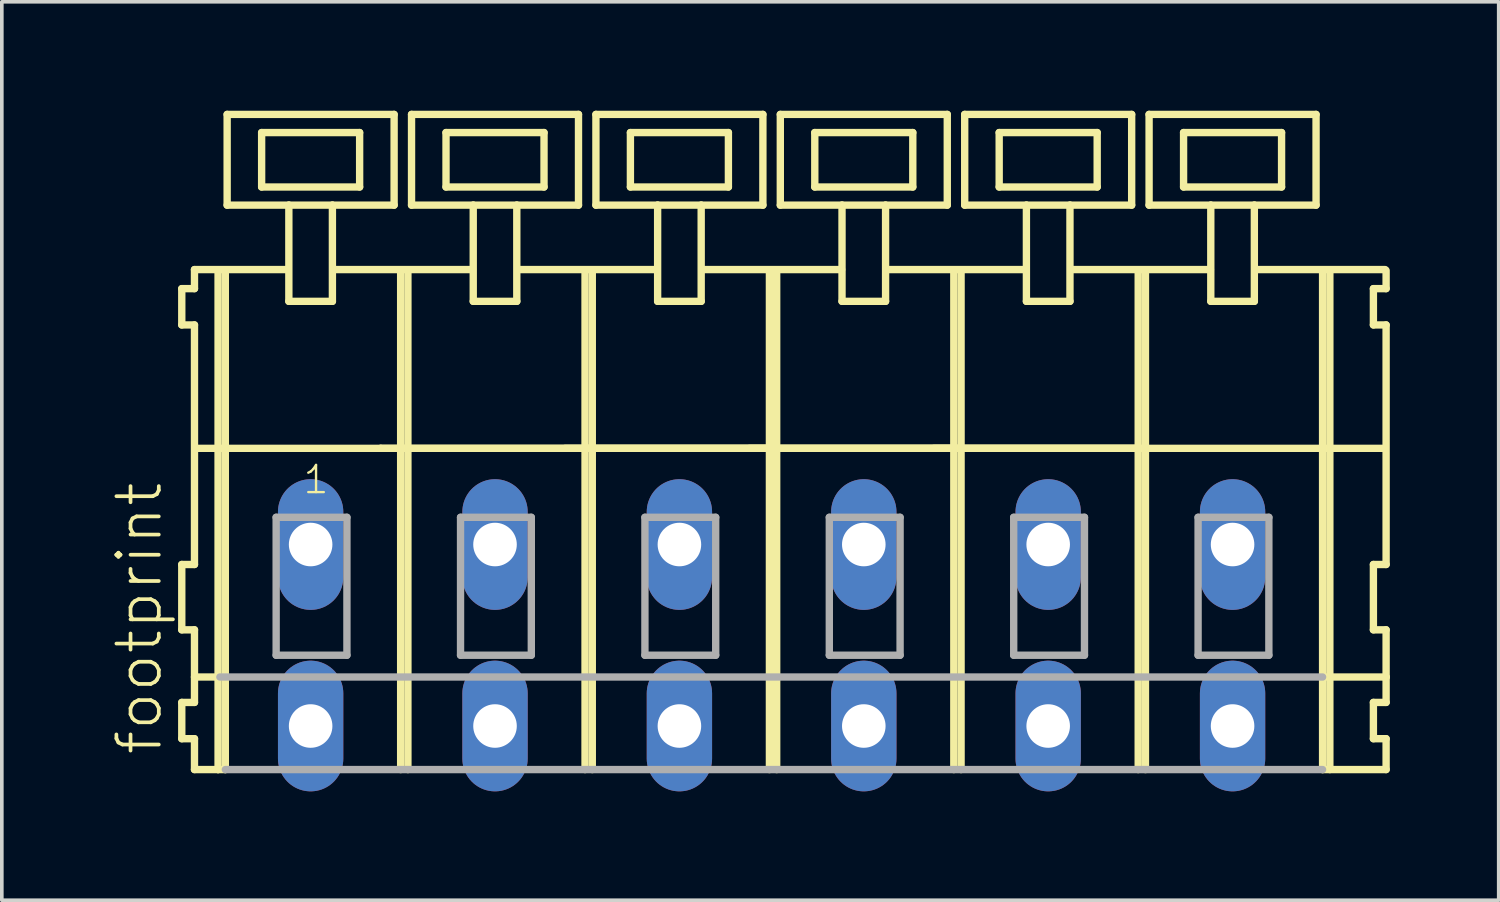
<source format=kicad_pcb>
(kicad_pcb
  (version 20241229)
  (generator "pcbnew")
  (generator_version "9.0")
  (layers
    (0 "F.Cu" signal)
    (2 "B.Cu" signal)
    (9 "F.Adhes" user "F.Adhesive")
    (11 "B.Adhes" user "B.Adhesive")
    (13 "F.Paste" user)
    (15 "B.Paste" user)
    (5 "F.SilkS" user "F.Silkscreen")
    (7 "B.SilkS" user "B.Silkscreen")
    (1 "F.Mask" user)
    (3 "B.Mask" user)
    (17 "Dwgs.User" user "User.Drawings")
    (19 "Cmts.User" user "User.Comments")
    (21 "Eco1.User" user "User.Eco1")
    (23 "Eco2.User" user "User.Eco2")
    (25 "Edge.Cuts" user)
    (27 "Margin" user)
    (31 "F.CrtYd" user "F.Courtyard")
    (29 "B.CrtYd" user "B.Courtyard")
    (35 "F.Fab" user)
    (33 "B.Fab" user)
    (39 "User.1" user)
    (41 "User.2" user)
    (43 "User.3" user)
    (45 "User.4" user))
  (footprint "footprint"
    (layer "F.Cu")
    (at 18.208 11.952)
    (property "Reference" "footprint" (at -16.735 5.855 90) (layer "F.SilkS") (effects (font (size 1.168 1.168) (thickness 0.102)) (justify left bottom)))
    (fp_line (start -16.25 -7.05) (end -16.25 -6.05) (stroke (width 0.203) (type solid)) (layer "F.SilkS"))
    (fp_line (start -16.25 -6.05) (end -15.9 -6.05) (stroke (width 0.203) (type solid)) (layer "F.SilkS"))
    (fp_line (start -16.25 0.55) (end -16.25 2.35) (stroke (width 0.203) (type solid)) (layer "F.SilkS"))
    (fp_line (start -16.25 2.35) (end -15.9 2.35) (stroke (width 0.203) (type solid)) (layer "F.SilkS"))
    (fp_line (start -16.25 4.35) (end -16.25 5.35) (stroke (width 0.203) (type solid)) (layer "F.SilkS"))
    (fp_line (start -16.25 5.35) (end -15.9 5.35) (stroke (width 0.203) (type solid)) (layer "F.SilkS"))
    (fp_line (start -15.9 -7.575) (end -15.9 -7.05) (stroke (width 0.203) (type solid)) (layer "F.SilkS"))
    (fp_line (start -15.9 -7.575) (end -13.325 -7.575) (stroke (width 0.203) (type solid)) (layer "F.SilkS"))
    (fp_line (start -15.9 -7.05) (end -16.25 -7.05) (stroke (width 0.203) (type solid)) (layer "F.SilkS"))
    (fp_line (start -15.9 -6.05) (end -15.9 0.55) (stroke (width 0.203) (type solid)) (layer "F.SilkS"))
    (fp_line (start -15.9 0.55) (end -16.25 0.55) (stroke (width 0.203) (type solid)) (layer "F.SilkS"))
    (fp_line (start -15.9 2.35) (end -15.9 4.35) (stroke (width 0.203) (type solid)) (layer "F.SilkS"))
    (fp_line (start -15.9 3.65) (end -15.2 3.65) (stroke (width 0.203) (type solid)) (layer "F.SilkS"))
    (fp_line (start -15.9 4.35) (end -16.25 4.35) (stroke (width 0.203) (type solid)) (layer "F.SilkS"))
    (fp_line (start -15.9 5.35) (end -15.9 6.2) (stroke (width 0.203) (type solid)) (layer "F.SilkS"))
    (fp_line (start -15.9 6.2) (end -15.25 6.2) (stroke (width 0.203) (type solid)) (layer "F.SilkS"))
    (fp_line (start -15.85 -2.65) (end -10.77 -2.65) (stroke (width 0.203) (type solid)) (layer "F.SilkS"))
    (fp_line (start -15.25 -7.55) (end -15.25 6.2) (stroke (width 0.203) (type solid)) (layer "F.SilkS"))
    (fp_line (start -15.25 6.2) (end -15.05 6.2) (stroke (width 0.203) (type solid)) (layer "F.SilkS"))
    (fp_line (start -15.05 -7.55) (end -15.05 6.2) (stroke (width 0.203) (type solid)) (layer "F.SilkS"))
    (fp_line (start -15 -11.85) (end -15 -9.35) (stroke (width 0.203) (type solid)) (layer "F.SilkS"))
    (fp_line (start -15 -9.35) (end -13.3 -9.35) (stroke (width 0.203) (type solid)) (layer "F.SilkS"))
    (fp_line (start -14.05 -11.35) (end -14.05 -9.85) (stroke (width 0.203) (type solid)) (layer "F.SilkS"))
    (fp_line (start -14.05 -9.85) (end -11.35 -9.85) (stroke (width 0.203) (type solid)) (layer "F.SilkS"))
    (fp_line (start -13.3 -9.35) (end -13.3 -6.7) (stroke (width 0.203) (type solid)) (layer "F.SilkS"))
    (fp_line (start -13.3 -9.35) (end -12.1 -9.35) (stroke (width 0.203) (type solid)) (layer "F.SilkS"))
    (fp_line (start -13.3 -6.7) (end -12.1 -6.7) (stroke (width 0.203) (type solid)) (layer "F.SilkS"))
    (fp_line (start -12.1 -9.35) (end -10.4 -9.35) (stroke (width 0.203) (type solid)) (layer "F.SilkS"))
    (fp_line (start -12.1 -6.7) (end -12.1 -9.35) (stroke (width 0.203) (type solid)) (layer "F.SilkS"))
    (fp_line (start -12.075 -7.575) (end -8.241 -7.575) (stroke (width 0.203) (type solid)) (layer "F.SilkS"))
    (fp_line (start -11.35 -11.35) (end -14.05 -11.35) (stroke (width 0.203) (type solid)) (layer "F.SilkS"))
    (fp_line (start -11.35 -9.85) (end -11.35 -11.35) (stroke (width 0.203) (type solid)) (layer "F.SilkS"))
    (fp_line (start -10.77 -2.65) (end -10.22 -2.65) (stroke (width 0.203) (type solid)) (layer "F.SilkS"))
    (fp_line (start -10.77 -2.65) (end -5.14 -2.65) (stroke (width 0.203) (type solid)) (layer "F.SilkS"))
    (fp_line (start -10.4 -11.85) (end -15 -11.85) (stroke (width 0.203) (type solid)) (layer "F.SilkS"))
    (fp_line (start -10.4 -9.35) (end -10.4 -11.85) (stroke (width 0.203) (type solid)) (layer "F.SilkS"))
    (fp_line (start -10.22 -7.55) (end -10.22 -2.65) (stroke (width 0.203) (type solid)) (layer "F.SilkS"))
    (fp_line (start -10.22 -2.65) (end -10.22 6.2) (stroke (width 0.203) (type solid)) (layer "F.SilkS"))
    (fp_line (start -10.22 -2.65) (end -5.14 -2.65) (stroke (width 0.203) (type solid)) (layer "F.SilkS"))
    (fp_line (start -10.02 -7.55) (end -10.02 6.2) (stroke (width 0.203) (type solid)) (layer "F.SilkS"))
    (fp_line (start -9.92 -11.85) (end -9.92 -9.35) (stroke (width 0.203) (type solid)) (layer "F.SilkS"))
    (fp_line (start -9.92 -9.35) (end -8.22 -9.35) (stroke (width 0.203) (type solid)) (layer "F.SilkS"))
    (fp_line (start -8.97 -11.35) (end -8.97 -9.85) (stroke (width 0.203) (type solid)) (layer "F.SilkS"))
    (fp_line (start -8.97 -9.85) (end -6.27 -9.85) (stroke (width 0.203) (type solid)) (layer "F.SilkS"))
    (fp_line (start -8.22 -9.35) (end -8.22 -6.7) (stroke (width 0.203) (type solid)) (layer "F.SilkS"))
    (fp_line (start -8.22 -9.35) (end -7.02 -9.35) (stroke (width 0.203) (type solid)) (layer "F.SilkS"))
    (fp_line (start -8.22 -6.7) (end -7.02 -6.7) (stroke (width 0.203) (type solid)) (layer "F.SilkS"))
    (fp_line (start -7.02 -9.35) (end -5.32 -9.35) (stroke (width 0.203) (type solid)) (layer "F.SilkS"))
    (fp_line (start -7.02 -6.7) (end -7.02 -9.35) (stroke (width 0.203) (type solid)) (layer "F.SilkS"))
    (fp_line (start -6.995 -7.575) (end -3.15 -7.575) (stroke (width 0.203) (type solid)) (layer "F.SilkS"))
    (fp_line (start -6.27 -11.35) (end -8.97 -11.35) (stroke (width 0.203) (type solid)) (layer "F.SilkS"))
    (fp_line (start -6.27 -9.85) (end -6.27 -11.35) (stroke (width 0.203) (type solid)) (layer "F.SilkS"))
    (fp_line (start -5.69 -2.65) (end -0.06 -2.65) (stroke (width 0.203) (type solid)) (layer "F.SilkS"))
    (fp_line (start -5.32 -11.85) (end -9.92 -11.85) (stroke (width 0.203) (type solid)) (layer "F.SilkS"))
    (fp_line (start -5.32 -9.35) (end -5.32 -11.85) (stroke (width 0.203) (type solid)) (layer "F.SilkS"))
    (fp_line (start -5.14 -7.55) (end -5.14 -2.65) (stroke (width 0.203) (type solid)) (layer "F.SilkS"))
    (fp_line (start -5.14 -2.65) (end -5.14 6.2) (stroke (width 0.203) (type solid)) (layer "F.SilkS"))
    (fp_line (start -5.14 -2.65) (end -0.06 -2.65) (stroke (width 0.203) (type solid)) (layer "F.SilkS"))
    (fp_line (start -5.14 -2.65) (end 15.18 -2.65) (stroke (width 0.203) (type solid)) (layer "F.SilkS"))
    (fp_line (start -4.94 -7.55) (end -4.94 6.2) (stroke (width 0.203) (type solid)) (layer "F.SilkS"))
    (fp_line (start -4.84 -11.85) (end -4.84 -9.35) (stroke (width 0.203) (type solid)) (layer "F.SilkS"))
    (fp_line (start -4.84 -9.35) (end -3.14 -9.35) (stroke (width 0.203) (type solid)) (layer "F.SilkS"))
    (fp_line (start -3.89 -11.35) (end -3.89 -9.85) (stroke (width 0.203) (type solid)) (layer "F.SilkS"))
    (fp_line (start -3.89 -9.85) (end -1.19 -9.85) (stroke (width 0.203) (type solid)) (layer "F.SilkS"))
    (fp_line (start -3.14 -9.35) (end -3.14 -6.7) (stroke (width 0.203) (type solid)) (layer "F.SilkS"))
    (fp_line (start -3.14 -9.35) (end -1.94 -9.35) (stroke (width 0.203) (type solid)) (layer "F.SilkS"))
    (fp_line (start -3.14 -6.7) (end -1.94 -6.7) (stroke (width 0.203) (type solid)) (layer "F.SilkS"))
    (fp_line (start -1.94 -9.35) (end -0.24 -9.35) (stroke (width 0.203) (type solid)) (layer "F.SilkS"))
    (fp_line (start -1.94 -6.7) (end -1.94 -9.35) (stroke (width 0.203) (type solid)) (layer "F.SilkS"))
    (fp_line (start -1.915 -7.575) (end 1.93 -7.575) (stroke (width 0.203) (type solid)) (layer "F.SilkS"))
    (fp_line (start -1.19 -11.35) (end -3.89 -11.35) (stroke (width 0.203) (type solid)) (layer "F.SilkS"))
    (fp_line (start -1.19 -9.85) (end -1.19 -11.35) (stroke (width 0.203) (type solid)) (layer "F.SilkS"))
    (fp_line (start -0.61 -2.65) (end 5.02 -2.65) (stroke (width 0.203) (type solid)) (layer "F.SilkS"))
    (fp_line (start -0.24 -11.85) (end -4.84 -11.85) (stroke (width 0.203) (type solid)) (layer "F.SilkS"))
    (fp_line (start -0.24 -9.35) (end -0.24 -11.85) (stroke (width 0.203) (type solid)) (layer "F.SilkS"))
    (fp_line (start -0.06 -7.55) (end -0.06 -2.65) (stroke (width 0.203) (type solid)) (layer "F.SilkS"))
    (fp_line (start -0.06 -2.65) (end -0.06 6.2) (stroke (width 0.203) (type solid)) (layer "F.SilkS"))
    (fp_line (start -0.06 -2.65) (end 5.02 -2.65) (stroke (width 0.203) (type solid)) (layer "F.SilkS"))
    (fp_line (start 0.14 -7.55) (end 0.14 6.2) (stroke (width 0.203) (type solid)) (layer "F.SilkS"))
    (fp_line (start 0.24 -11.85) (end 0.24 -9.35) (stroke (width 0.203) (type solid)) (layer "F.SilkS"))
    (fp_line (start 0.24 -9.35) (end 1.94 -9.35) (stroke (width 0.203) (type solid)) (layer "F.SilkS"))
    (fp_line (start 1.19 -11.35) (end 1.19 -9.85) (stroke (width 0.203) (type solid)) (layer "F.SilkS"))
    (fp_line (start 1.19 -9.85) (end 3.89 -9.85) (stroke (width 0.203) (type solid)) (layer "F.SilkS"))
    (fp_line (start 1.94 -9.35) (end 1.94 -6.7) (stroke (width 0.203) (type solid)) (layer "F.SilkS"))
    (fp_line (start 1.94 -9.35) (end 3.14 -9.35) (stroke (width 0.203) (type solid)) (layer "F.SilkS"))
    (fp_line (start 1.94 -6.7) (end 3.14 -6.7) (stroke (width 0.203) (type solid)) (layer "F.SilkS"))
    (fp_line (start 3.14 -9.35) (end 4.84 -9.35) (stroke (width 0.203) (type solid)) (layer "F.SilkS"))
    (fp_line (start 3.14 -6.7) (end 3.14 -9.35) (stroke (width 0.203) (type solid)) (layer "F.SilkS"))
    (fp_line (start 3.165 -7.575) (end 7.01 -7.575) (stroke (width 0.203) (type solid)) (layer "F.SilkS"))
    (fp_line (start 3.89 -11.35) (end 1.19 -11.35) (stroke (width 0.203) (type solid)) (layer "F.SilkS"))
    (fp_line (start 3.89 -9.85) (end 3.89 -11.35) (stroke (width 0.203) (type solid)) (layer "F.SilkS"))
    (fp_line (start 4.47 -2.65) (end 10.1 -2.65) (stroke (width 0.203) (type solid)) (layer "F.SilkS"))
    (fp_line (start 4.84 -11.85) (end 0.24 -11.85) (stroke (width 0.203) (type solid)) (layer "F.SilkS"))
    (fp_line (start 4.84 -9.35) (end 4.84 -11.85) (stroke (width 0.203) (type solid)) (layer "F.SilkS"))
    (fp_line (start 5.02 -7.55) (end 5.02 -2.65) (stroke (width 0.203) (type solid)) (layer "F.SilkS"))
    (fp_line (start 5.02 -2.65) (end 5.02 6.2) (stroke (width 0.203) (type solid)) (layer "F.SilkS"))
    (fp_line (start 5.02 -2.65) (end 10.1 -2.65) (stroke (width 0.203) (type solid)) (layer "F.SilkS"))
    (fp_line (start 5.22 -7.55) (end 5.22 6.2) (stroke (width 0.203) (type solid)) (layer "F.SilkS"))
    (fp_line (start 5.32 -11.85) (end 5.32 -9.35) (stroke (width 0.203) (type solid)) (layer "F.SilkS"))
    (fp_line (start 5.32 -9.35) (end 7.02 -9.35) (stroke (width 0.203) (type solid)) (layer "F.SilkS"))
    (fp_line (start 6.27 -11.35) (end 6.27 -9.85) (stroke (width 0.203) (type solid)) (layer "F.SilkS"))
    (fp_line (start 6.27 -9.85) (end 8.97 -9.85) (stroke (width 0.203) (type solid)) (layer "F.SilkS"))
    (fp_line (start 7.02 -9.35) (end 7.02 -6.7) (stroke (width 0.203) (type solid)) (layer "F.SilkS"))
    (fp_line (start 7.02 -9.35) (end 8.22 -9.35) (stroke (width 0.203) (type solid)) (layer "F.SilkS"))
    (fp_line (start 7.02 -6.7) (end 8.22 -6.7) (stroke (width 0.203) (type solid)) (layer "F.SilkS"))
    (fp_line (start 8.22 -9.35) (end 9.92 -9.35) (stroke (width 0.203) (type solid)) (layer "F.SilkS"))
    (fp_line (start 8.22 -6.7) (end 8.22 -9.35) (stroke (width 0.203) (type solid)) (layer "F.SilkS"))
    (fp_line (start 8.245 -7.575) (end 12.09 -7.575) (stroke (width 0.203) (type solid)) (layer "F.SilkS"))
    (fp_line (start 8.97 -11.35) (end 6.27 -11.35) (stroke (width 0.203) (type solid)) (layer "F.SilkS"))
    (fp_line (start 8.97 -9.85) (end 8.97 -11.35) (stroke (width 0.203) (type solid)) (layer "F.SilkS"))
    (fp_line (start 9.92 -11.85) (end 5.32 -11.85) (stroke (width 0.203) (type solid)) (layer "F.SilkS"))
    (fp_line (start 9.92 -9.35) (end 9.92 -11.85) (stroke (width 0.203) (type solid)) (layer "F.SilkS"))
    (fp_line (start 10.1 -7.55) (end 10.1 -2.65) (stroke (width 0.203) (type solid)) (layer "F.SilkS"))
    (fp_line (start 10.1 -2.65) (end 10.1 6.2) (stroke (width 0.203) (type solid)) (layer "F.SilkS"))
    (fp_line (start 10.3 -7.55) (end 10.3 6.2) (stroke (width 0.203) (type solid)) (layer "F.SilkS"))
    (fp_line (start 10.4 -11.85) (end 10.4 -9.35) (stroke (width 0.203) (type solid)) (layer "F.SilkS"))
    (fp_line (start 10.4 -9.35) (end 12.1 -9.35) (stroke (width 0.203) (type solid)) (layer "F.SilkS"))
    (fp_line (start 11.35 -11.35) (end 11.35 -9.85) (stroke (width 0.203) (type solid)) (layer "F.SilkS"))
    (fp_line (start 11.35 -9.85) (end 14.05 -9.85) (stroke (width 0.203) (type solid)) (layer "F.SilkS"))
    (fp_line (start 12.1 -9.35) (end 12.1 -6.7) (stroke (width 0.203) (type solid)) (layer "F.SilkS"))
    (fp_line (start 12.1 -9.35) (end 13.3 -9.35) (stroke (width 0.203) (type solid)) (layer "F.SilkS"))
    (fp_line (start 12.1 -6.7) (end 13.3 -6.7) (stroke (width 0.203) (type solid)) (layer "F.SilkS"))
    (fp_line (start 13.3 -9.35) (end 15 -9.35) (stroke (width 0.203) (type solid)) (layer "F.SilkS"))
    (fp_line (start 13.3 -6.7) (end 13.3 -9.35) (stroke (width 0.203) (type solid)) (layer "F.SilkS"))
    (fp_line (start 13.31 -7.575) (end 16.905 -7.575) (stroke (width 0.203) (type solid)) (layer "F.SilkS"))
    (fp_line (start 14.05 -11.35) (end 11.35 -11.35) (stroke (width 0.203) (type solid)) (layer "F.SilkS"))
    (fp_line (start 14.05 -9.85) (end 14.05 -11.35) (stroke (width 0.203) (type solid)) (layer "F.SilkS"))
    (fp_line (start 15 -11.85) (end 10.4 -11.85) (stroke (width 0.203) (type solid)) (layer "F.SilkS"))
    (fp_line (start 15 -9.35) (end 15 -11.85) (stroke (width 0.203) (type solid)) (layer "F.SilkS"))
    (fp_line (start 15.18 -7.55) (end 15.18 -2.65) (stroke (width 0.203) (type solid)) (layer "F.SilkS"))
    (fp_line (start 15.18 -2.65) (end 15.18 6.2) (stroke (width 0.203) (type solid)) (layer "F.SilkS"))
    (fp_line (start 15.18 -2.65) (end 16.88 -2.65) (stroke (width 0.203) (type solid)) (layer "F.SilkS"))
    (fp_line (start 15.18 6.2) (end 16.93 6.2) (stroke (width 0.203) (type solid)) (layer "F.SilkS"))
    (fp_line (start 15.23 3.65) (end 16.93 3.65) (stroke (width 0.203) (type solid)) (layer "F.SilkS"))
    (fp_line (start 15.38 -7.55) (end 15.38 6.2) (stroke (width 0.203) (type solid)) (layer "F.SilkS"))
    (fp_line (start 16.58 -7.05) (end 16.58 -6.05) (stroke (width 0.203) (type solid)) (layer "F.SilkS"))
    (fp_line (start 16.58 -6.05) (end 16.93 -6.05) (stroke (width 0.203) (type solid)) (layer "F.SilkS"))
    (fp_line (start 16.58 0.55) (end 16.58 2.35) (stroke (width 0.203) (type solid)) (layer "F.SilkS"))
    (fp_line (start 16.58 2.35) (end 16.93 2.35) (stroke (width 0.203) (type solid)) (layer "F.SilkS"))
    (fp_line (start 16.58 4.35) (end 16.58 5.35) (stroke (width 0.203) (type solid)) (layer "F.SilkS"))
    (fp_line (start 16.58 5.35) (end 16.93 5.35) (stroke (width 0.203) (type solid)) (layer "F.SilkS"))
    (fp_line (start 16.93 -7.05) (end 16.58 -7.05) (stroke (width 0.203) (type solid)) (layer "F.SilkS"))
    (fp_line (start 16.93 -7.05) (end 16.93 -7.55) (stroke (width 0.203) (type solid)) (layer "F.SilkS"))
    (fp_line (start 16.93 0.55) (end 16.58 0.55) (stroke (width 0.203) (type solid)) (layer "F.SilkS"))
    (fp_line (start 16.93 0.55) (end 16.93 -6.05) (stroke (width 0.203) (type solid)) (layer "F.SilkS"))
    (fp_line (start 16.93 3.65) (end 16.93 2.35) (stroke (width 0.203) (type solid)) (layer "F.SilkS"))
    (fp_line (start 16.93 4.35) (end 16.58 4.35) (stroke (width 0.203) (type solid)) (layer "F.SilkS"))
    (fp_line (start 16.93 4.35) (end 16.93 3.65) (stroke (width 0.203) (type solid)) (layer "F.SilkS"))
    (fp_line (start 16.93 6.2) (end 16.93 5.35) (stroke (width 0.203) (type solid)) (layer "F.SilkS"))
    (fp_line (start -15.2 3.65) (end 15.18 3.65) (stroke (width 0.203) (type solid)) (layer "F.Fab"))
    (fp_line (start -15.05 6.2) (end 15.18 6.2) (stroke (width 0.203) (type solid)) (layer "F.Fab"))
    (fp_line (start -13.65 -0.75) (end -13.65 3.05) (stroke (width 0.203) (type solid)) (layer "F.Fab"))
    (fp_line (start -13.65 3.05) (end -11.7 3.05) (stroke (width 0.203) (type solid)) (layer "F.Fab"))
    (fp_line (start -11.7 -0.75) (end -13.65 -0.75) (stroke (width 0.203) (type solid)) (layer "F.Fab"))
    (fp_line (start -11.7 3.05) (end -11.7 -0.75) (stroke (width 0.203) (type solid)) (layer "F.Fab"))
    (fp_line (start -8.57 -0.75) (end -8.57 3.05) (stroke (width 0.203) (type solid)) (layer "F.Fab"))
    (fp_line (start -8.57 3.05) (end -6.62 3.05) (stroke (width 0.203) (type solid)) (layer "F.Fab"))
    (fp_line (start -6.62 -0.75) (end -8.57 -0.75) (stroke (width 0.203) (type solid)) (layer "F.Fab"))
    (fp_line (start -6.62 3.05) (end -6.62 -0.75) (stroke (width 0.203) (type solid)) (layer "F.Fab"))
    (fp_line (start -3.49 -0.75) (end -3.49 3.05) (stroke (width 0.203) (type solid)) (layer "F.Fab"))
    (fp_line (start -3.49 3.05) (end -1.54 3.05) (stroke (width 0.203) (type solid)) (layer "F.Fab"))
    (fp_line (start -1.54 -0.75) (end -3.49 -0.75) (stroke (width 0.203) (type solid)) (layer "F.Fab"))
    (fp_line (start -1.54 3.05) (end -1.54 -0.75) (stroke (width 0.203) (type solid)) (layer "F.Fab"))
    (fp_line (start 1.59 -0.75) (end 1.59 3.05) (stroke (width 0.203) (type solid)) (layer "F.Fab"))
    (fp_line (start 1.59 3.05) (end 3.54 3.05) (stroke (width 0.203) (type solid)) (layer "F.Fab"))
    (fp_line (start 3.54 -0.75) (end 1.59 -0.75) (stroke (width 0.203) (type solid)) (layer "F.Fab"))
    (fp_line (start 3.54 3.05) (end 3.54 -0.75) (stroke (width 0.203) (type solid)) (layer "F.Fab"))
    (fp_line (start 6.67 -0.75) (end 6.67 3.05) (stroke (width 0.203) (type solid)) (layer "F.Fab"))
    (fp_line (start 6.67 3.05) (end 8.62 3.05) (stroke (width 0.203) (type solid)) (layer "F.Fab"))
    (fp_line (start 8.62 -0.75) (end 6.67 -0.75) (stroke (width 0.203) (type solid)) (layer "F.Fab"))
    (fp_line (start 8.62 3.05) (end 8.62 -0.75) (stroke (width 0.203) (type solid)) (layer "F.Fab"))
    (fp_line (start 11.75 -0.75) (end 11.75 3.05) (stroke (width 0.203) (type solid)) (layer "F.Fab"))
    (fp_line (start 11.75 3.05) (end 13.7 3.05) (stroke (width 0.203) (type solid)) (layer "F.Fab"))
    (fp_line (start 13.7 -0.75) (end 11.75 -0.75) (stroke (width 0.203) (type solid)) (layer "F.Fab"))
    (fp_line (start 13.7 3.05) (end 13.7 -0.75) (stroke (width 0.203) (type solid)) (layer "F.Fab"))
    (fp_text user "1" (at -12.95 -1.35 0) (layer "F.SilkS") (effects (font (size 0.748 0.748) (thickness 0.065)) (justify left bottom)))
    (pad "A1" thru_hole oval (at -12.7 0 90) (size 3.6 1.8) (drill 1.2) (layers "*.Cu" "*.Mask"))
    (pad "A2" thru_hole oval (at -7.62 0 90) (size 3.6 1.8) (drill 1.2) (layers "*.Cu" "*.Mask"))
    (pad "A3" thru_hole oval (at -2.54 0 90) (size 3.6 1.8) (drill 1.2) (layers "*.Cu" "*.Mask"))
    (pad "A4" thru_hole oval (at 2.54 0 90) (size 3.6 1.8) (drill 1.2) (layers "*.Cu" "*.Mask"))
    (pad "A5" thru_hole oval (at 7.62 0 90) (size 3.6 1.8) (drill 1.2) (layers "*.Cu" "*.Mask"))
    (pad "A6" thru_hole oval (at 12.7 0 90) (size 3.6 1.8) (drill 1.2) (layers "*.Cu" "*.Mask"))
    (pad "B1" thru_hole oval (at -12.7 5 90) (size 3.6 1.8) (drill 1.2) (layers "*.Cu" "*.Mask"))
    (pad "B2" thru_hole oval (at -7.62 5 90) (size 3.6 1.8) (drill 1.2) (layers "*.Cu" "*.Mask"))
    (pad "B3" thru_hole oval (at -2.54 5 90) (size 3.6 1.8) (drill 1.2) (layers "*.Cu" "*.Mask"))
    (pad "B4" thru_hole oval (at 2.54 5 90) (size 3.6 1.8) (drill 1.2) (layers "*.Cu" "*.Mask"))
    (pad "B5" thru_hole oval (at 7.62 5 90) (size 3.6 1.8) (drill 1.2) (layers "*.Cu" "*.Mask"))
    (pad "B6" thru_hole oval (at 12.7 5 90) (size 3.6 1.8) (drill 1.2) (layers "*.Cu" "*.Mask")))
  (gr_rect
    (start -3 -3)
    (end 38.24 21.752)
    (stroke (width 0.1) (type default))
    (fill no)
    (layer "Edge.Cuts")))
</source>
